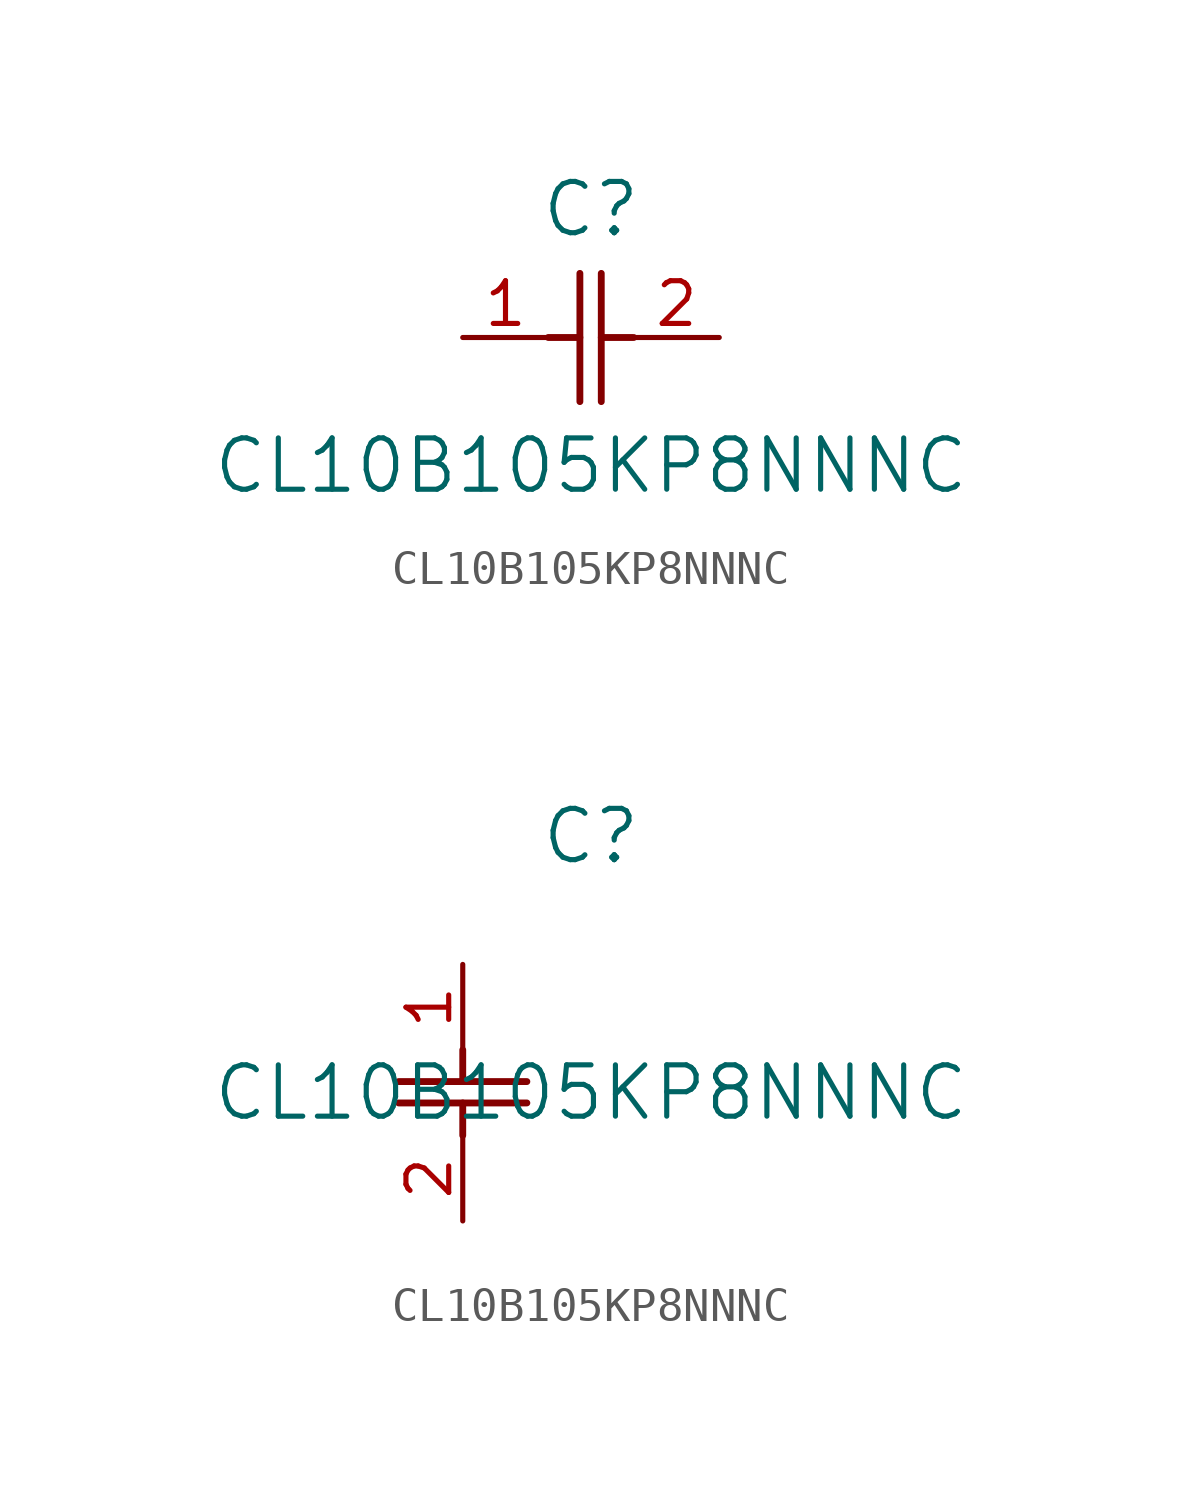
<source format=kicad_sym>
(kicad_symbol_lib
  (version 20211014)
  (generator kicad_symbol_editor)
  (symbol "CL10B105KP8NNNC"
    (pin_names
      (offset 0.254))
    (property "Reference" "C"
      (at 3.81 3.81 0)
      (effects (font (size 1.524 1.524))))
    (property "Value" "CL10B105KP8NNNC"
      (at 3.81 -3.81 0)
      (effects (font (size 1.524 1.524))))
    (symbol "CL10B105KP8NNNC_1_1"
      (polyline (pts (xy 3.48 -1.905) (xy 3.48 1.905)) (stroke (width 0.203) (type default) (color 0 0 0 0)) (fill (type none)))
      (polyline (pts (xy 4.115 -1.905) (xy 4.115 1.905)) (stroke (width 0.203) (type default) (color 0 0 0 0)) (fill (type none)))
      (polyline (pts (xy 4.115 0) (xy 5.08 0)) (stroke (width 0.203) (type default) (color 0 0 0 0)) (fill (type none)))
      (polyline (pts (xy 2.54 0) (xy 3.48 0)) (stroke (width 0.203) (type default) (color 0 0 0 0)) (fill (type none)))
      (pin unspecified line (at 0 0 0) (length 2.54) (name "" (effects (font (size 1.27 1.27)))) (number "1" (effects (font (size 1.27 1.27)))))
      (pin unspecified line (at 7.62 0 180) (length 2.54) (name "" (effects (font (size 1.27 1.27)))) (number "2" (effects (font (size 1.27 1.27))))))
    (symbol "CL10B105KP8NNNC_1_2"
      (polyline (pts (xy -1.905 -3.48) (xy 1.905 -3.48)) (stroke (width 0.203) (type default) (color 0 0 0 0)) (fill (type none)))
      (polyline (pts (xy -1.905 -4.115) (xy 1.905 -4.115)) (stroke (width 0.203) (type default) (color 0 0 0 0)) (fill (type none)))
      (polyline (pts (xy 0 -4.115) (xy 0 -5.08)) (stroke (width 0.203) (type default) (color 0 0 0 0)) (fill (type none)))
      (polyline (pts (xy 0 -2.54) (xy 0 -3.48)) (stroke (width 0.203) (type default) (color 0 0 0 0)) (fill (type none)))
      (pin unspecified line (at 0 0 270) (length 2.54) (name "" (effects (font (size 1.27 1.27)))) (number "1" (effects (font (size 1.27 1.27)))))
      (pin unspecified line (at 0 -7.62 90) (length 2.54) (name "" (effects (font (size 1.27 1.27)))) (number "2" (effects (font (size 1.27 1.27))))))))
</source>
